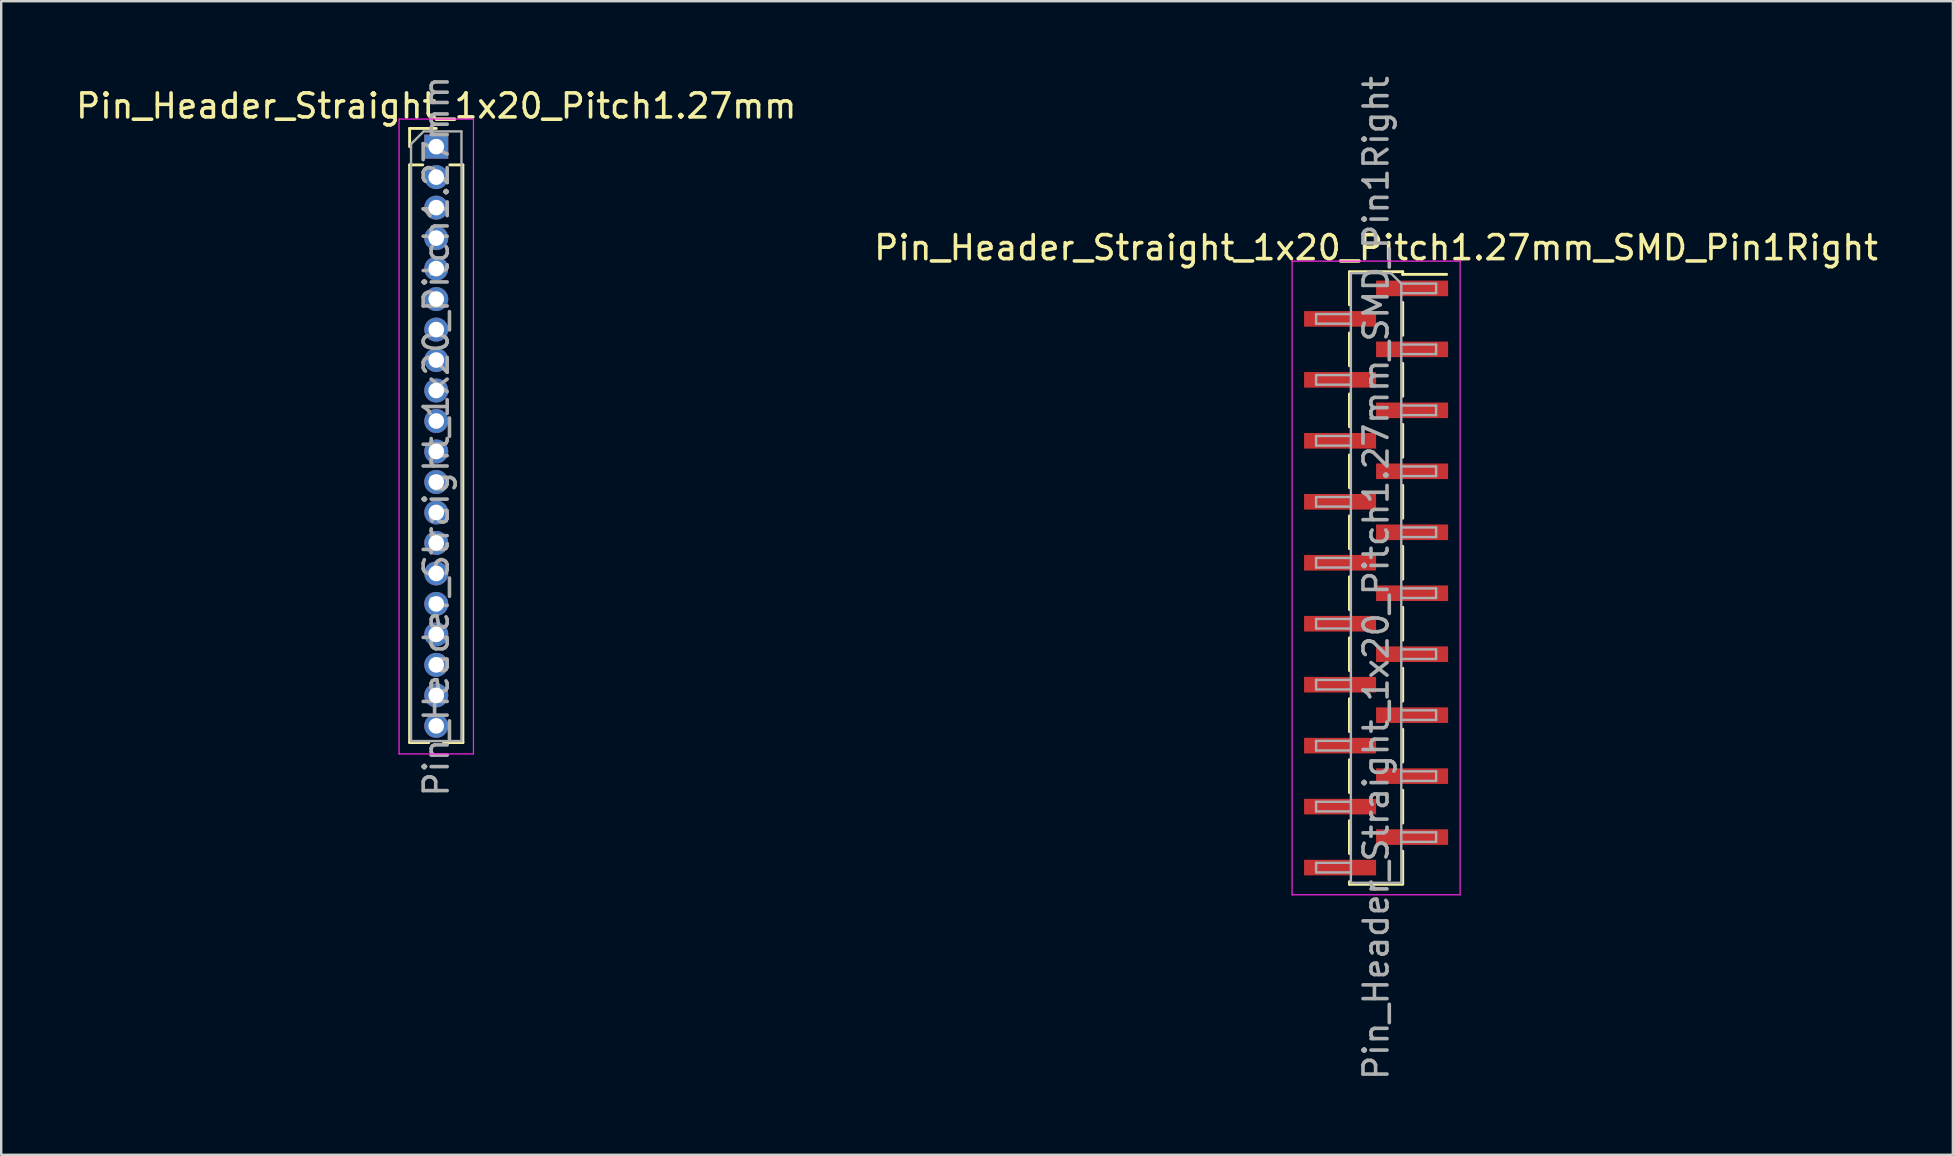
<source format=kicad_pcb>
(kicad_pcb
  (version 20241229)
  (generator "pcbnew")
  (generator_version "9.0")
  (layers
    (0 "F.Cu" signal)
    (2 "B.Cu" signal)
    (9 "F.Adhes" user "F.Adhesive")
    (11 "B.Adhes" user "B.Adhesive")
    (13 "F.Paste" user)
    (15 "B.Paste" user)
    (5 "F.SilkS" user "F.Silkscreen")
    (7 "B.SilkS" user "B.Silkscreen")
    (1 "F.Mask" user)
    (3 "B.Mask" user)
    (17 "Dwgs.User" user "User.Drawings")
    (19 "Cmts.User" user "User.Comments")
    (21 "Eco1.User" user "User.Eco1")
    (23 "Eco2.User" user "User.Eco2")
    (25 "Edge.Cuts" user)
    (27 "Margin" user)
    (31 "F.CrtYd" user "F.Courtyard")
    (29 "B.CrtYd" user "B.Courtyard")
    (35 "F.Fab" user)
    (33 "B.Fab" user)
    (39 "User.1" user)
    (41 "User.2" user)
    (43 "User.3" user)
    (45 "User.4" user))
  (footprint "Pin_Header_Straight_1x20_Pitch1.27mm_SMD_Pin1Right"
    (layer "F.Cu")
    (at 54.28 21.03)
    (property "Reference" "Pin_Header_Straight_1x20_Pitch1.27mm_SMD_Pin1Right" (at 0 -13.76 0) (layer "F.SilkS") (effects (font (size 1 1) (thickness 0.15))))
    (attr smd)
    (fp_line (start -1.11 -12.76) (end 1.11 -12.76) (stroke (width 0.12) (type solid)) (layer "F.SilkS"))
    (fp_line (start -1.11 -12.75) (end -1.11 -11.38) (stroke (width 0.12) (type solid)) (layer "F.SilkS"))
    (fp_line (start -1.11 -10.21) (end -1.11 -8.84) (stroke (width 0.12) (type solid)) (layer "F.SilkS"))
    (fp_line (start -1.11 -7.67) (end -1.11 -6.3) (stroke (width 0.12) (type solid)) (layer "F.SilkS"))
    (fp_line (start -1.11 -5.13) (end -1.11 -3.76) (stroke (width 0.12) (type solid)) (layer "F.SilkS"))
    (fp_line (start -1.11 -2.59) (end -1.11 -1.22) (stroke (width 0.12) (type solid)) (layer "F.SilkS"))
    (fp_line (start -1.11 -0.05) (end -1.11 1.32) (stroke (width 0.12) (type solid)) (layer "F.SilkS"))
    (fp_line (start -1.11 2.49) (end -1.11 3.86) (stroke (width 0.12) (type solid)) (layer "F.SilkS"))
    (fp_line (start -1.11 5.03) (end -1.11 6.4) (stroke (width 0.12) (type solid)) (layer "F.SilkS"))
    (fp_line (start -1.11 7.57) (end -1.11 8.94) (stroke (width 0.12) (type solid)) (layer "F.SilkS"))
    (fp_line (start -1.11 10.11) (end -1.11 11.48) (stroke (width 0.12) (type solid)) (layer "F.SilkS"))
    (fp_line (start -1.11 12.65) (end -1.11 12.76) (stroke (width 0.12) (type solid)) (layer "F.SilkS"))
    (fp_line (start -1.11 12.76) (end 1.11 12.76) (stroke (width 0.12) (type solid)) (layer "F.SilkS"))
    (fp_line (start 1.11 -12.76) (end 1.11 -12.65) (stroke (width 0.12) (type solid)) (layer "F.SilkS"))
    (fp_line (start 1.11 -12.65) (end 2.94 -12.65) (stroke (width 0.12) (type solid)) (layer "F.SilkS"))
    (fp_line (start 1.11 -11.48) (end 1.11 -10.11) (stroke (width 0.12) (type solid)) (layer "F.SilkS"))
    (fp_line (start 1.11 -8.94) (end 1.11 -7.57) (stroke (width 0.12) (type solid)) (layer "F.SilkS"))
    (fp_line (start 1.11 -6.4) (end 1.11 -5.03) (stroke (width 0.12) (type solid)) (layer "F.SilkS"))
    (fp_line (start 1.11 -3.86) (end 1.11 -2.49) (stroke (width 0.12) (type solid)) (layer "F.SilkS"))
    (fp_line (start 1.11 -1.32) (end 1.11 0.05) (stroke (width 0.12) (type solid)) (layer "F.SilkS"))
    (fp_line (start 1.11 1.22) (end 1.11 2.59) (stroke (width 0.12) (type solid)) (layer "F.SilkS"))
    (fp_line (start 1.11 3.76) (end 1.11 5.13) (stroke (width 0.12) (type solid)) (layer "F.SilkS"))
    (fp_line (start 1.11 6.3) (end 1.11 7.67) (stroke (width 0.12) (type solid)) (layer "F.SilkS"))
    (fp_line (start 1.11 8.84) (end 1.11 10.21) (stroke (width 0.12) (type solid)) (layer "F.SilkS"))
    (fp_line (start 1.11 11.38) (end 1.11 12.75) (stroke (width 0.12) (type solid)) (layer "F.SilkS"))
    (fp_line (start -3.5 -13.2) (end -3.5 13.2) (stroke (width 0.05) (type solid)) (layer "F.CrtYd"))
    (fp_line (start -3.5 13.2) (end 3.5 13.2) (stroke (width 0.05) (type solid)) (layer "F.CrtYd"))
    (fp_line (start 3.5 -13.2) (end -3.5 -13.2) (stroke (width 0.05) (type solid)) (layer "F.CrtYd"))
    (fp_line (start 3.5 13.2) (end 3.5 -13.2) (stroke (width 0.05) (type solid)) (layer "F.CrtYd"))
    (fp_line (start -2.5 -10.995) (end -2.5 -10.595) (stroke (width 0.1) (type solid)) (layer "F.Fab"))
    (fp_line (start -2.5 -10.595) (end -1.05 -10.595) (stroke (width 0.1) (type solid)) (layer "F.Fab"))
    (fp_line (start -2.5 -8.455) (end -2.5 -8.055) (stroke (width 0.1) (type solid)) (layer "F.Fab"))
    (fp_line (start -2.5 -8.055) (end -1.05 -8.055) (stroke (width 0.1) (type solid)) (layer "F.Fab"))
    (fp_line (start -2.5 -5.915) (end -2.5 -5.515) (stroke (width 0.1) (type solid)) (layer "F.Fab"))
    (fp_line (start -2.5 -5.515) (end -1.05 -5.515) (stroke (width 0.1) (type solid)) (layer "F.Fab"))
    (fp_line (start -2.5 -3.375) (end -2.5 -2.975) (stroke (width 0.1) (type solid)) (layer "F.Fab"))
    (fp_line (start -2.5 -2.975) (end -1.05 -2.975) (stroke (width 0.1) (type solid)) (layer "F.Fab"))
    (fp_line (start -2.5 -0.835) (end -2.5 -0.435) (stroke (width 0.1) (type solid)) (layer "F.Fab"))
    (fp_line (start -2.5 -0.435) (end -1.05 -0.435) (stroke (width 0.1) (type solid)) (layer "F.Fab"))
    (fp_line (start -2.5 1.705) (end -2.5 2.105) (stroke (width 0.1) (type solid)) (layer "F.Fab"))
    (fp_line (start -2.5 2.105) (end -1.05 2.105) (stroke (width 0.1) (type solid)) (layer "F.Fab"))
    (fp_line (start -2.5 4.245) (end -2.5 4.645) (stroke (width 0.1) (type solid)) (layer "F.Fab"))
    (fp_line (start -2.5 4.645) (end -1.05 4.645) (stroke (width 0.1) (type solid)) (layer "F.Fab"))
    (fp_line (start -2.5 6.785) (end -2.5 7.185) (stroke (width 0.1) (type solid)) (layer "F.Fab"))
    (fp_line (start -2.5 7.185) (end -1.05 7.185) (stroke (width 0.1) (type solid)) (layer "F.Fab"))
    (fp_line (start -2.5 9.325) (end -2.5 9.725) (stroke (width 0.1) (type solid)) (layer "F.Fab"))
    (fp_line (start -2.5 9.725) (end -1.05 9.725) (stroke (width 0.1) (type solid)) (layer "F.Fab"))
    (fp_line (start -2.5 11.865) (end -2.5 12.265) (stroke (width 0.1) (type solid)) (layer "F.Fab"))
    (fp_line (start -2.5 12.265) (end -1.05 12.265) (stroke (width 0.1) (type solid)) (layer "F.Fab"))
    (fp_line (start -1.05 -12.7) (end -1.05 12.7) (stroke (width 0.1) (type solid)) (layer "F.Fab"))
    (fp_line (start -1.05 -12.7) (end 0.615 -12.7) (stroke (width 0.1) (type solid)) (layer "F.Fab"))
    (fp_line (start -1.05 -10.995) (end -2.5 -10.995) (stroke (width 0.1) (type solid)) (layer "F.Fab"))
    (fp_line (start -1.05 -8.455) (end -2.5 -8.455) (stroke (width 0.1) (type solid)) (layer "F.Fab"))
    (fp_line (start -1.05 -5.915) (end -2.5 -5.915) (stroke (width 0.1) (type solid)) (layer "F.Fab"))
    (fp_line (start -1.05 -3.375) (end -2.5 -3.375) (stroke (width 0.1) (type solid)) (layer "F.Fab"))
    (fp_line (start -1.05 -0.835) (end -2.5 -0.835) (stroke (width 0.1) (type solid)) (layer "F.Fab"))
    (fp_line (start -1.05 1.705) (end -2.5 1.705) (stroke (width 0.1) (type solid)) (layer "F.Fab"))
    (fp_line (start -1.05 4.245) (end -2.5 4.245) (stroke (width 0.1) (type solid)) (layer "F.Fab"))
    (fp_line (start -1.05 6.785) (end -2.5 6.785) (stroke (width 0.1) (type solid)) (layer "F.Fab"))
    (fp_line (start -1.05 9.325) (end -2.5 9.325) (stroke (width 0.1) (type solid)) (layer "F.Fab"))
    (fp_line (start -1.05 11.865) (end -2.5 11.865) (stroke (width 0.1) (type solid)) (layer "F.Fab"))
    (fp_line (start 1.05 -12.265) (end 0.615 -12.7) (stroke (width 0.1) (type solid)) (layer "F.Fab"))
    (fp_line (start 1.05 -12.265) (end 2.5 -12.265) (stroke (width 0.1) (type solid)) (layer "F.Fab"))
    (fp_line (start 1.05 -9.725) (end 2.5 -9.725) (stroke (width 0.1) (type solid)) (layer "F.Fab"))
    (fp_line (start 1.05 -7.185) (end 2.5 -7.185) (stroke (width 0.1) (type solid)) (layer "F.Fab"))
    (fp_line (start 1.05 -4.645) (end 2.5 -4.645) (stroke (width 0.1) (type solid)) (layer "F.Fab"))
    (fp_line (start 1.05 -2.105) (end 2.5 -2.105) (stroke (width 0.1) (type solid)) (layer "F.Fab"))
    (fp_line (start 1.05 0.435) (end 2.5 0.435) (stroke (width 0.1) (type solid)) (layer "F.Fab"))
    (fp_line (start 1.05 2.975) (end 2.5 2.975) (stroke (width 0.1) (type solid)) (layer "F.Fab"))
    (fp_line (start 1.05 5.515) (end 2.5 5.515) (stroke (width 0.1) (type solid)) (layer "F.Fab"))
    (fp_line (start 1.05 8.055) (end 2.5 8.055) (stroke (width 0.1) (type solid)) (layer "F.Fab"))
    (fp_line (start 1.05 10.595) (end 2.5 10.595) (stroke (width 0.1) (type solid)) (layer "F.Fab"))
    (fp_line (start 1.05 12.7) (end -1.05 12.7) (stroke (width 0.1) (type solid)) (layer "F.Fab"))
    (fp_line (start 1.05 12.7) (end 1.05 -12.265) (stroke (width 0.1) (type solid)) (layer "F.Fab"))
    (fp_line (start 2.5 -12.265) (end 2.5 -11.865) (stroke (width 0.1) (type solid)) (layer "F.Fab"))
    (fp_line (start 2.5 -11.865) (end 1.05 -11.865) (stroke (width 0.1) (type solid)) (layer "F.Fab"))
    (fp_line (start 2.5 -9.725) (end 2.5 -9.325) (stroke (width 0.1) (type solid)) (layer "F.Fab"))
    (fp_line (start 2.5 -9.325) (end 1.05 -9.325) (stroke (width 0.1) (type solid)) (layer "F.Fab"))
    (fp_line (start 2.5 -7.185) (end 2.5 -6.785) (stroke (width 0.1) (type solid)) (layer "F.Fab"))
    (fp_line (start 2.5 -6.785) (end 1.05 -6.785) (stroke (width 0.1) (type solid)) (layer "F.Fab"))
    (fp_line (start 2.5 -4.645) (end 2.5 -4.245) (stroke (width 0.1) (type solid)) (layer "F.Fab"))
    (fp_line (start 2.5 -4.245) (end 1.05 -4.245) (stroke (width 0.1) (type solid)) (layer "F.Fab"))
    (fp_line (start 2.5 -2.105) (end 2.5 -1.705) (stroke (width 0.1) (type solid)) (layer "F.Fab"))
    (fp_line (start 2.5 -1.705) (end 1.05 -1.705) (stroke (width 0.1) (type solid)) (layer "F.Fab"))
    (fp_line (start 2.5 0.435) (end 2.5 0.835) (stroke (width 0.1) (type solid)) (layer "F.Fab"))
    (fp_line (start 2.5 0.835) (end 1.05 0.835) (stroke (width 0.1) (type solid)) (layer "F.Fab"))
    (fp_line (start 2.5 2.975) (end 2.5 3.375) (stroke (width 0.1) (type solid)) (layer "F.Fab"))
    (fp_line (start 2.5 3.375) (end 1.05 3.375) (stroke (width 0.1) (type solid)) (layer "F.Fab"))
    (fp_line (start 2.5 5.515) (end 2.5 5.915) (stroke (width 0.1) (type solid)) (layer "F.Fab"))
    (fp_line (start 2.5 5.915) (end 1.05 5.915) (stroke (width 0.1) (type solid)) (layer "F.Fab"))
    (fp_line (start 2.5 8.055) (end 2.5 8.455) (stroke (width 0.1) (type solid)) (layer "F.Fab"))
    (fp_line (start 2.5 8.455) (end 1.05 8.455) (stroke (width 0.1) (type solid)) (layer "F.Fab"))
    (fp_line (start 2.5 10.595) (end 2.5 10.995) (stroke (width 0.1) (type solid)) (layer "F.Fab"))
    (fp_line (start 2.5 10.995) (end 1.05 10.995) (stroke (width 0.1) (type solid)) (layer "F.Fab"))
    (fp_text user "${REFERENCE}" (at 0 0 90) (layer "F.Fab") (effects (font (size 1 1) (thickness 0.15))))
    (pad "1" smd rect (at 1.5 -12.065) (size 3 0.65) (layers "F.Cu" "F.Mask" "F.Paste"))
    (pad "2" smd rect (at -1.5 -10.795) (size 3 0.65) (layers "F.Cu" "F.Mask" "F.Paste"))
    (pad "3" smd rect (at 1.5 -9.525) (size 3 0.65) (layers "F.Cu" "F.Mask" "F.Paste"))
    (pad "4" smd rect (at -1.5 -8.255) (size 3 0.65) (layers "F.Cu" "F.Mask" "F.Paste"))
    (pad "5" smd rect (at 1.5 -6.985) (size 3 0.65) (layers "F.Cu" "F.Mask" "F.Paste"))
    (pad "6" smd rect (at -1.5 -5.715) (size 3 0.65) (layers "F.Cu" "F.Mask" "F.Paste"))
    (pad "7" smd rect (at 1.5 -4.445) (size 3 0.65) (layers "F.Cu" "F.Mask" "F.Paste"))
    (pad "8" smd rect (at -1.5 -3.175) (size 3 0.65) (layers "F.Cu" "F.Mask" "F.Paste"))
    (pad "9" smd rect (at 1.5 -1.905) (size 3 0.65) (layers "F.Cu" "F.Mask" "F.Paste"))
    (pad "10" smd rect (at -1.5 -0.635) (size 3 0.65) (layers "F.Cu" "F.Mask" "F.Paste"))
    (pad "11" smd rect (at 1.5 0.635) (size 3 0.65) (layers "F.Cu" "F.Mask" "F.Paste"))
    (pad "12" smd rect (at -1.5 1.905) (size 3 0.65) (layers "F.Cu" "F.Mask" "F.Paste"))
    (pad "13" smd rect (at 1.5 3.175) (size 3 0.65) (layers "F.Cu" "F.Mask" "F.Paste"))
    (pad "14" smd rect (at -1.5 4.445) (size 3 0.65) (layers "F.Cu" "F.Mask" "F.Paste"))
    (pad "15" smd rect (at 1.5 5.715) (size 3 0.65) (layers "F.Cu" "F.Mask" "F.Paste"))
    (pad "16" smd rect (at -1.5 6.985) (size 3 0.65) (layers "F.Cu" "F.Mask" "F.Paste"))
    (pad "17" smd rect (at 1.5 8.255) (size 3 0.65) (layers "F.Cu" "F.Mask" "F.Paste"))
    (pad "18" smd rect (at -1.5 9.525) (size 3 0.65) (layers "F.Cu" "F.Mask" "F.Paste"))
    (pad "19" smd rect (at 1.5 10.795) (size 3 0.65) (layers "F.Cu" "F.Mask" "F.Paste"))
    (pad "20" smd rect (at -1.5 12.065) (size 3 0.65) (layers "F.Cu" "F.Mask" "F.Paste")))
  (footprint "Pin_Header_Straight_1x20_Pitch1.27mm"
    (layer "F.Cu")
    (at 15.125 3.06)
    (property "Reference" "Pin_Header_Straight_1x20_Pitch1.27mm" (at 0 -1.695 0) (layer "F.SilkS") (effects (font (size 1 1) (thickness 0.15))))
    (attr through_hole)
    (fp_line (start -1.11 -0.76) (end 0 -0.76) (stroke (width 0.12) (type solid)) (layer "F.SilkS"))
    (fp_line (start -1.11 0) (end -1.11 -0.76) (stroke (width 0.12) (type solid)) (layer "F.SilkS"))
    (fp_line (start -1.11 0.76) (end -1.11 24.825) (stroke (width 0.12) (type solid)) (layer "F.SilkS"))
    (fp_line (start -1.11 0.76) (end -0.563 0.76) (stroke (width 0.12) (type solid)) (layer "F.SilkS"))
    (fp_line (start -1.11 24.825) (end -0.308 24.825) (stroke (width 0.12) (type solid)) (layer "F.SilkS"))
    (fp_line (start 0.308 24.825) (end 1.11 24.825) (stroke (width 0.12) (type solid)) (layer "F.SilkS"))
    (fp_line (start 0.563 0.76) (end 1.11 0.76) (stroke (width 0.12) (type solid)) (layer "F.SilkS"))
    (fp_line (start 1.11 0.76) (end 1.11 24.825) (stroke (width 0.12) (type solid)) (layer "F.SilkS"))
    (fp_line (start -1.55 -1.15) (end -1.55 25.3) (stroke (width 0.05) (type solid)) (layer "F.CrtYd"))
    (fp_line (start -1.55 25.3) (end 1.55 25.3) (stroke (width 0.05) (type solid)) (layer "F.CrtYd"))
    (fp_line (start 1.55 -1.15) (end -1.55 -1.15) (stroke (width 0.05) (type solid)) (layer "F.CrtYd"))
    (fp_line (start 1.55 25.3) (end 1.55 -1.15) (stroke (width 0.05) (type solid)) (layer "F.CrtYd"))
    (fp_line (start -1.05 -0.11) (end -0.525 -0.635) (stroke (width 0.1) (type solid)) (layer "F.Fab"))
    (fp_line (start -1.05 24.765) (end -1.05 -0.11) (stroke (width 0.1) (type solid)) (layer "F.Fab"))
    (fp_line (start -0.525 -0.635) (end 1.05 -0.635) (stroke (width 0.1) (type solid)) (layer "F.Fab"))
    (fp_line (start 1.05 -0.635) (end 1.05 24.765) (stroke (width 0.1) (type solid)) (layer "F.Fab"))
    (fp_line (start 1.05 24.765) (end -1.05 24.765) (stroke (width 0.1) (type solid)) (layer "F.Fab"))
    (fp_text user "${REFERENCE}" (at 0 12.065 90) (layer "F.Fab") (effects (font (size 1 1) (thickness 0.15))))
    (pad "1" thru_hole rect (at 0 0) (size 1 1) (drill 0.65) (layers "*.Cu" "*.Mask"))
    (pad "2" thru_hole oval (at 0 1.27) (size 1 1) (drill 0.65) (layers "*.Cu" "*.Mask"))
    (pad "3" thru_hole oval (at 0 2.54) (size 1 1) (drill 0.65) (layers "*.Cu" "*.Mask"))
    (pad "4" thru_hole oval (at 0 3.81) (size 1 1) (drill 0.65) (layers "*.Cu" "*.Mask"))
    (pad "5" thru_hole oval (at 0 5.08) (size 1 1) (drill 0.65) (layers "*.Cu" "*.Mask"))
    (pad "6" thru_hole oval (at 0 6.35) (size 1 1) (drill 0.65) (layers "*.Cu" "*.Mask"))
    (pad "7" thru_hole oval (at 0 7.62) (size 1 1) (drill 0.65) (layers "*.Cu" "*.Mask"))
    (pad "8" thru_hole oval (at 0 8.89) (size 1 1) (drill 0.65) (layers "*.Cu" "*.Mask"))
    (pad "9" thru_hole oval (at 0 10.16) (size 1 1) (drill 0.65) (layers "*.Cu" "*.Mask"))
    (pad "10" thru_hole oval (at 0 11.43) (size 1 1) (drill 0.65) (layers "*.Cu" "*.Mask"))
    (pad "11" thru_hole oval (at 0 12.7) (size 1 1) (drill 0.65) (layers "*.Cu" "*.Mask"))
    (pad "12" thru_hole oval (at 0 13.97) (size 1 1) (drill 0.65) (layers "*.Cu" "*.Mask"))
    (pad "13" thru_hole oval (at 0 15.24) (size 1 1) (drill 0.65) (layers "*.Cu" "*.Mask"))
    (pad "14" thru_hole oval (at 0 16.51) (size 1 1) (drill 0.65) (layers "*.Cu" "*.Mask"))
    (pad "15" thru_hole oval (at 0 17.78) (size 1 1) (drill 0.65) (layers "*.Cu" "*.Mask"))
    (pad "16" thru_hole oval (at 0 19.05) (size 1 1) (drill 0.65) (layers "*.Cu" "*.Mask"))
    (pad "17" thru_hole oval (at 0 20.32) (size 1 1) (drill 0.65) (layers "*.Cu" "*.Mask"))
    (pad "18" thru_hole oval (at 0 21.59) (size 1 1) (drill 0.65) (layers "*.Cu" "*.Mask"))
    (pad "19" thru_hole oval (at 0 22.86) (size 1 1) (drill 0.65) (layers "*.Cu" "*.Mask"))
    (pad "20" thru_hole oval (at 0 24.13) (size 1 1) (drill 0.65) (layers "*.Cu" "*.Mask")))
  (gr_rect
    (start -3 -3)
    (end 78.31 45.06)
    (stroke (width 0.1) (type default))
    (fill no)
    (layer "Edge.Cuts")))
</source>
